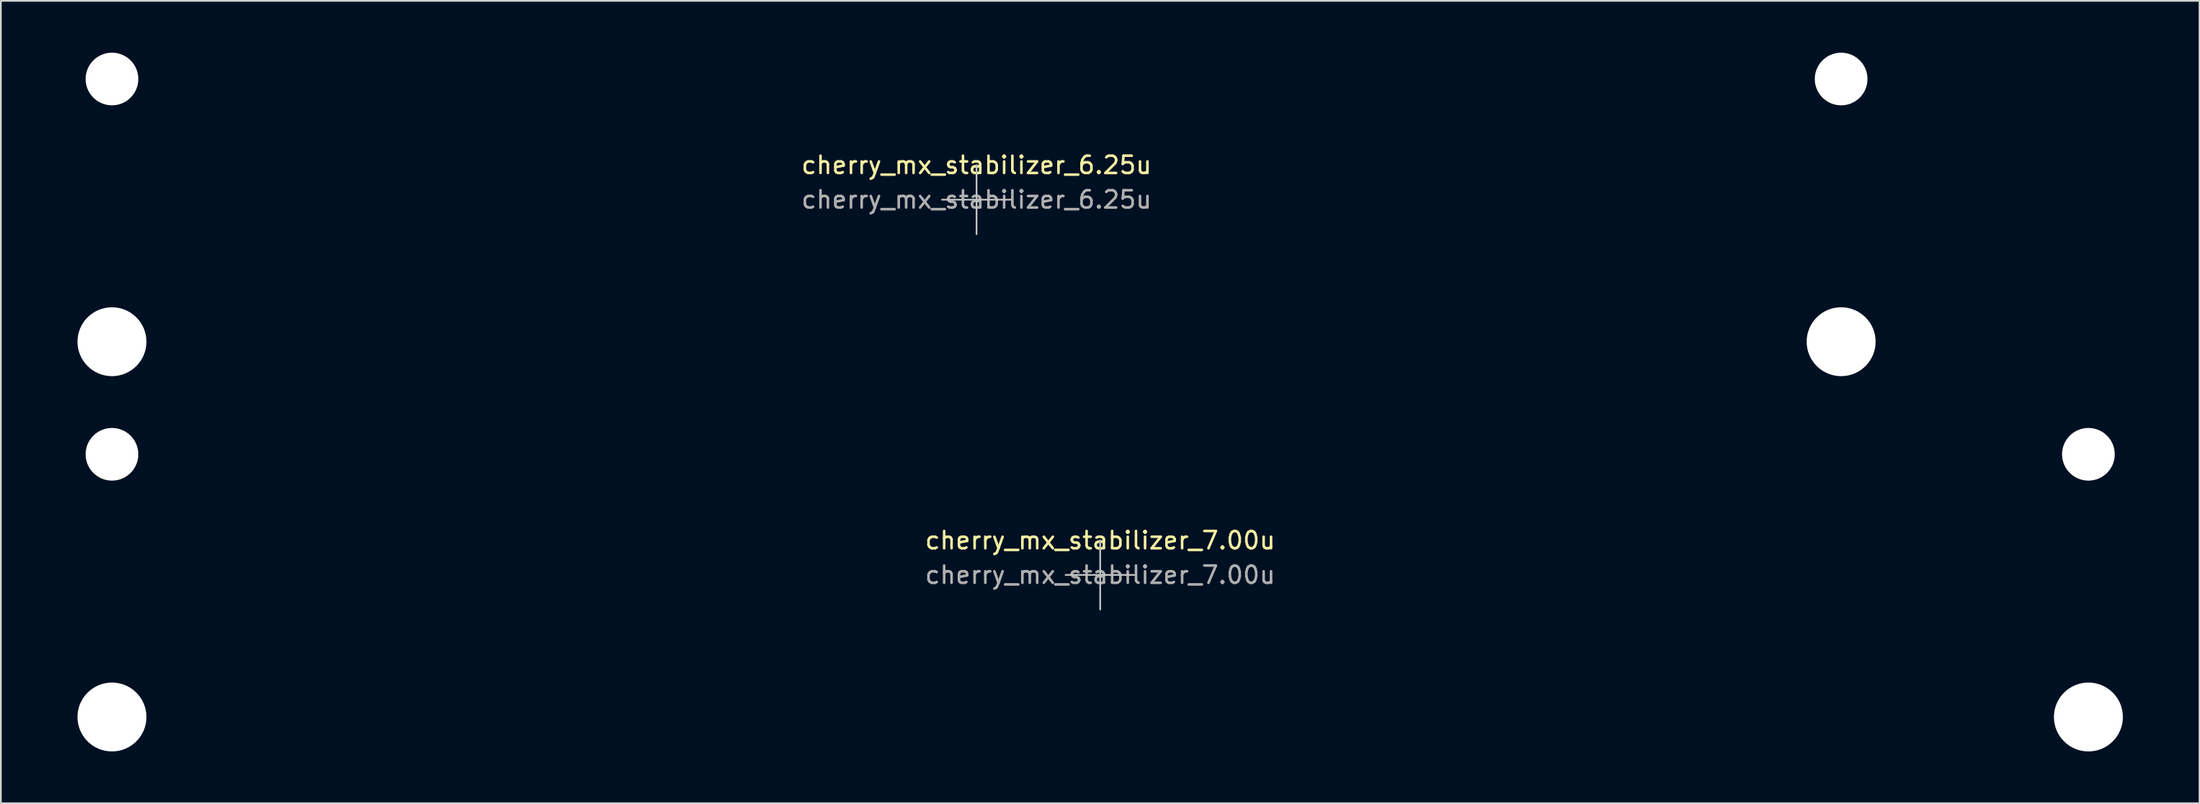
<source format=kicad_pcb>
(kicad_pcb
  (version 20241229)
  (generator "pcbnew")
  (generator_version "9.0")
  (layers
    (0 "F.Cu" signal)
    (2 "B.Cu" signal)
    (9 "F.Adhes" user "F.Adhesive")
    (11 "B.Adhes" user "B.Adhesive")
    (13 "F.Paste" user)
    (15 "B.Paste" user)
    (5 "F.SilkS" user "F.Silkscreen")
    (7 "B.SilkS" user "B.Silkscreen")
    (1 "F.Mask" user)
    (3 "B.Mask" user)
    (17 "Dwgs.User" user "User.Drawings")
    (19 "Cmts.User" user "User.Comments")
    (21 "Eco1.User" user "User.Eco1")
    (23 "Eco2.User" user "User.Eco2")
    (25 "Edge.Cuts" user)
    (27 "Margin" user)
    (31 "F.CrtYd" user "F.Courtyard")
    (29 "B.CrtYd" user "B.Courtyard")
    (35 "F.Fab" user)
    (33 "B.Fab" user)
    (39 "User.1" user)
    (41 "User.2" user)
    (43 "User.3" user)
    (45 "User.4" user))
  (footprint "cherry_mx_stabilizer_7.00u"
    (layer "F.Cu")
    (at 60.575 30.237)
    (property "Reference" "cherry_mx_stabilizer_7.00u" (at 0 -2 0) (layer "F.SilkS") (effects (font (size 1 1) (thickness 0.15))))
    (attr exclude_from_pos_files exclude_from_bom)
    (fp_line (start -2 0) (end 2 0) (stroke (width 0.1) (type solid)) (layer "Dwgs.User"))
    (fp_line (start 0 2) (end 0 -2) (stroke (width 0.1) (type solid)) (layer "Dwgs.User"))
    (fp_line (start -60.525 -5.53) (end -60.525 6.77) (stroke (width 0.1) (type solid)) (layer "Eco1.User"))
    (fp_line (start -60.525 6.77) (end -53.775 6.77) (stroke (width 0.1) (type solid)) (layer "Eco1.User"))
    (fp_line (start -53.775 -5.53) (end -60.525 -5.53) (stroke (width 0.1) (type solid)) (layer "Eco1.User"))
    (fp_line (start -53.775 6.77) (end -53.775 -5.53) (stroke (width 0.1) (type solid)) (layer "Eco1.User"))
    (fp_line (start 53.775 -5.53) (end 53.775 6.77) (stroke (width 0.1) (type solid)) (layer "Eco1.User"))
    (fp_line (start 53.775 6.77) (end 60.525 6.77) (stroke (width 0.1) (type solid)) (layer "Eco1.User"))
    (fp_line (start 60.525 -5.53) (end 53.775 -5.53) (stroke (width 0.1) (type solid)) (layer "Eco1.User"))
    (fp_line (start 60.525 6.77) (end 60.525 -5.53) (stroke (width 0.1) (type solid)) (layer "Eco1.User"))
    (fp_text user "${REFERENCE}" (at 0 0 0) (layer "F.Fab") (effects (font (size 1 1) (thickness 0.15))))
    (pad "" np_thru_hole circle (at -57.15 -6.985) (size 3.048 3.048) (drill 3.048) (layers "*.Cu" "*.Mask"))
    (pad "" np_thru_hole circle (at -57.15 8.225) (size 3.988 3.988) (drill 3.988) (layers "*.Cu" "*.Mask"))
    (pad "" np_thru_hole circle (at 57.15 -6.985) (size 3.048 3.048) (drill 3.048) (layers "*.Cu" "*.Mask"))
    (pad "" np_thru_hole circle (at 57.15 8.225) (size 3.988 3.988) (drill 3.988) (layers "*.Cu" "*.Mask")))
  (footprint "cherry_mx_stabilizer_6.25u"
    (layer "F.Cu")
    (at 53.425 8.509)
    (property "Reference" "cherry_mx_stabilizer_6.25u" (at 0 -2 0) (layer "F.SilkS") (effects (font (size 1 1) (thickness 0.15))))
    (attr exclude_from_pos_files exclude_from_bom)
    (fp_line (start -2 0) (end 2 0) (stroke (width 0.1) (type solid)) (layer "Dwgs.User"))
    (fp_line (start 0 2) (end 0 -2) (stroke (width 0.1) (type solid)) (layer "Dwgs.User"))
    (fp_line (start -53.375 -5.53) (end -53.375 6.77) (stroke (width 0.1) (type solid)) (layer "Eco1.User"))
    (fp_line (start -53.375 6.77) (end -46.625 6.77) (stroke (width 0.1) (type solid)) (layer "Eco1.User"))
    (fp_line (start -46.625 -5.53) (end -53.375 -5.53) (stroke (width 0.1) (type solid)) (layer "Eco1.User"))
    (fp_line (start -46.625 6.77) (end -46.625 -5.53) (stroke (width 0.1) (type solid)) (layer "Eco1.User"))
    (fp_line (start 46.625 -5.53) (end 46.625 6.77) (stroke (width 0.1) (type solid)) (layer "Eco1.User"))
    (fp_line (start 46.625 6.77) (end 53.375 6.77) (stroke (width 0.1) (type solid)) (layer "Eco1.User"))
    (fp_line (start 53.375 -5.53) (end 46.625 -5.53) (stroke (width 0.1) (type solid)) (layer "Eco1.User"))
    (fp_line (start 53.375 6.77) (end 53.375 -5.53) (stroke (width 0.1) (type solid)) (layer "Eco1.User"))
    (fp_text user "${REFERENCE}" (at 0 0 0) (layer "F.Fab") (effects (font (size 1 1) (thickness 0.15))))
    (pad "" np_thru_hole circle (at -50 -6.985) (size 3.048 3.048) (drill 3.048) (layers "*.Cu" "*.Mask"))
    (pad "" np_thru_hole circle (at -50 8.225) (size 3.988 3.988) (drill 3.988) (layers "*.Cu" "*.Mask"))
    (pad "" np_thru_hole circle (at 50 -6.985) (size 3.048 3.048) (drill 3.048) (layers "*.Cu" "*.Mask"))
    (pad "" np_thru_hole circle (at 50 8.225) (size 3.988 3.988) (drill 3.988) (layers "*.Cu" "*.Mask")))
  (gr_rect
    (start -3 -3)
    (end 124.15 43.456)
    (stroke (width 0.1) (type default))
    (fill no)
    (layer "Edge.Cuts")))
</source>
